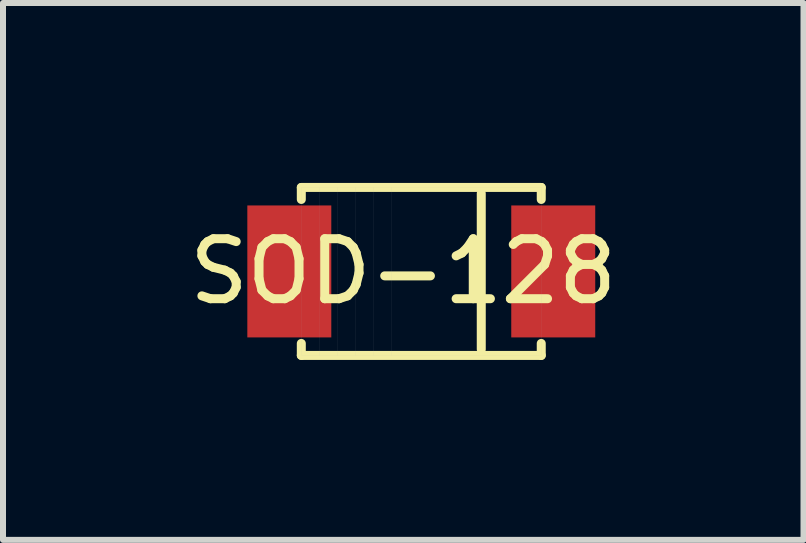
<source format=kicad_pcb>
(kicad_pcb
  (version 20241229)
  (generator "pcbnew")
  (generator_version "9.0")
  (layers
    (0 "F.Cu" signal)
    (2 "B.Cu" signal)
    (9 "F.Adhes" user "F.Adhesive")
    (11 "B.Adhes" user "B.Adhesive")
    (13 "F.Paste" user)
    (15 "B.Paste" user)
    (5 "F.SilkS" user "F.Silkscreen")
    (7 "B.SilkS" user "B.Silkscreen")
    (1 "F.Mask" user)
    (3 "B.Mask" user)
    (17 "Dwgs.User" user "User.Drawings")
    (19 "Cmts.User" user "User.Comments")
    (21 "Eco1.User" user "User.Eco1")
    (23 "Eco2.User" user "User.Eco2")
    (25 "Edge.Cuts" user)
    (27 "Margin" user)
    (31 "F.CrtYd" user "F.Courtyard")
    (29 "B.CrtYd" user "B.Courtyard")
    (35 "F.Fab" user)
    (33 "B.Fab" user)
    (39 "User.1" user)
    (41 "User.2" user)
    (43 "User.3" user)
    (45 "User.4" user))
  (footprint "SOD-128"
    (layer "F.Cu")
    (at 3.973 1.475)
    (property "Reference" "SOD-128" (at -0.3 0 0) (layer "F.SilkS") (effects (font (size 1 1) (thickness 0.15))))
    (attr smd)
    (fp_line (start -2 -1.4) (end -2 -1.2) (stroke (width 0.15) (type solid)) (layer "F.SilkS"))
    (fp_line (start -2 -1.4) (end 2 -1.4) (stroke (width 0.15) (type solid)) (layer "F.SilkS"))
    (fp_line (start -2 1.4) (end -2 1.2) (stroke (width 0.15) (type solid)) (layer "F.SilkS"))
    (fp_line (start 1 -1.3) (end 1 1.3) (stroke (width 0.15) (type solid)) (layer "F.SilkS"))
    (fp_line (start 2 -1.4) (end 2 -1.2) (stroke (width 0.15) (type solid)) (layer "F.SilkS"))
    (fp_line (start 2 1.4) (end -2 1.4) (stroke (width 0.15) (type solid)) (layer "F.SilkS"))
    (fp_line (start 2 1.4) (end 2 1.2) (stroke (width 0.15) (type solid)) (layer "F.SilkS"))
    (fp_line (start -1.999 -1.4) (end 1.999 -1.4) (stroke (width 0.001) (type solid)) (layer "F.Fab"))
    (fp_line (start -1.999 1.4) (end -1.999 -1.4) (stroke (width 0.001) (type solid)) (layer "F.Fab"))
    (fp_line (start -1.699 1.4) (end -1.699 -1.4) (stroke (width 0.001) (type solid)) (layer "F.Fab"))
    (fp_line (start -1.4 -1.4) (end -1.4 1.4) (stroke (width 0.001) (type solid)) (layer "F.Fab"))
    (fp_line (start -1.1 1.4) (end -1.1 -1.4) (stroke (width 0.001) (type solid)) (layer "F.Fab"))
    (fp_line (start -0.8 1.4) (end -0.8 -1.4) (stroke (width 0.001) (type solid)) (layer "F.Fab"))
    (fp_line (start -0.5 1.4) (end -0.5 -1.4) (stroke (width 0.001) (type solid)) (layer "F.Fab"))
    (fp_line (start 1.999 -1.4) (end 1.999 1.4) (stroke (width 0.001) (type solid)) (layer "F.Fab"))
    (fp_line (start 1.999 1.4) (end -1.999 1.4) (stroke (width 0.001) (type solid)) (layer "F.Fab"))
    (pad "1" smd rect (at 2.2 0) (size 1.4 2.2) (layers "F.Cu" "F.Mask" "F.Paste"))
    (pad "2" smd rect (at -2.2 0) (size 1.4 2.2) (layers "F.Cu" "F.Mask" "F.Paste")))
  (gr_rect
    (start -3 -3)
    (end 10.345 5.95)
    (stroke (width 0.1) (type default))
    (fill no)
    (layer "Edge.Cuts")))
</source>
